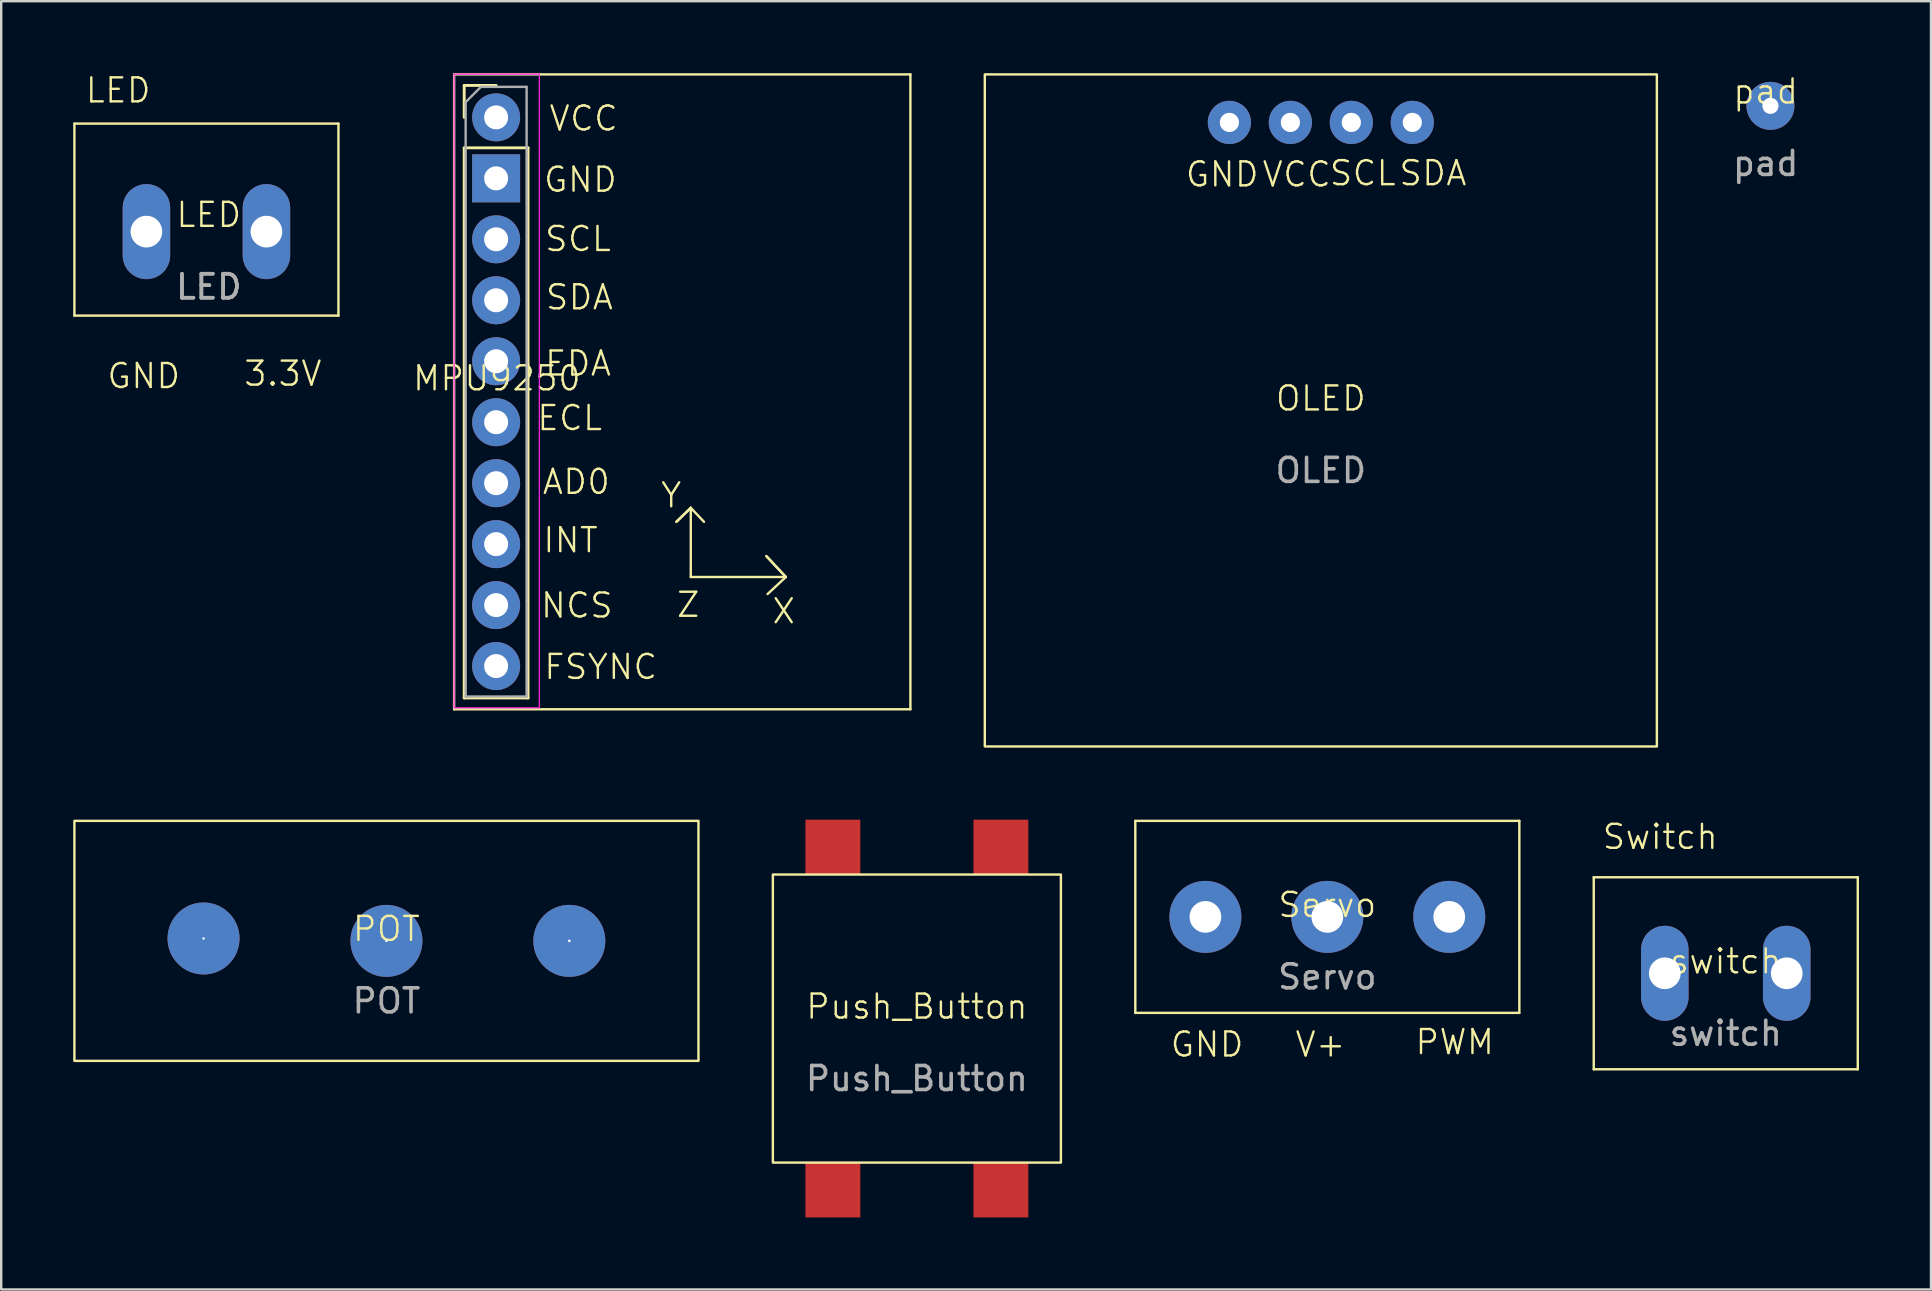
<source format=kicad_pcb>
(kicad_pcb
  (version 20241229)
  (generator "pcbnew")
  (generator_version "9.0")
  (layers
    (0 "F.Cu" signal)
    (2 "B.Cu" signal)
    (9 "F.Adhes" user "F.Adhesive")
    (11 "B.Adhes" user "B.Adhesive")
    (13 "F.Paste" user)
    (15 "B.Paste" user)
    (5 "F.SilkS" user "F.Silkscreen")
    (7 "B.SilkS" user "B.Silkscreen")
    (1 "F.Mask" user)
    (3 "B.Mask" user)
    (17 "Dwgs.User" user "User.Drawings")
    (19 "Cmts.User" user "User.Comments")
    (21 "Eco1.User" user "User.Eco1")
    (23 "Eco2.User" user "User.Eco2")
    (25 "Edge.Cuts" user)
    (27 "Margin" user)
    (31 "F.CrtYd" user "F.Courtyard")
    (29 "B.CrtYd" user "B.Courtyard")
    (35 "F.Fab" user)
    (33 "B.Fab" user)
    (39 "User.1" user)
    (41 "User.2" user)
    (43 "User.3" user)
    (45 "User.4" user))
  (footprint "switch"
    (layer "F.Cu")
    (at 68.85 37.5)
    (property "Reference" "switch" (at 0 -0.5 0) (unlocked yes) (layer "F.SilkS") (effects (font (size 1 1) (thickness 0.1))))
    (attr through_hole)
    (fp_line (start -5.5 -4) (end -5.5 4) (stroke (width 0.1) (type default)) (layer "F.SilkS"))
    (fp_line (start -5.5 -4) (end 5.5 -4) (stroke (width 0.1) (type default)) (layer "F.SilkS"))
    (fp_line (start -5.5 4) (end 5.5 4) (stroke (width 0.1) (type default)) (layer "F.SilkS"))
    (fp_line (start 5.5 -4) (end 5.5 4) (stroke (width 0.1) (type default)) (layer "F.SilkS"))
    (fp_text user "Switch" (at -5.2 -5.1 0) (unlocked yes) (layer "F.SilkS") (effects (font (size 1 1) (thickness 0.1)) (justify left bottom)))
    (fp_text user "${REFERENCE}" (at 0 2.5 0) (unlocked yes) (layer "F.Fab") (effects (font (size 1 1) (thickness 0.15))))
    (pad "1" thru_hole oval (at 2.54 0) (size 1.98 3.96) (drill 1.32) (layers "*.Cu" "*.Mask"))
    (pad "2" thru_hole oval (at -2.54 0) (size 1.98 3.96) (drill 1.32) (layers "*.Cu" "*.Mask")))
  (footprint "OLED"
    (layer "F.Cu")
    (at 51.98 14.05)
    (property "Reference" "OLED" (at 0 -0.5 0) (unlocked yes) (layer "F.SilkS") (effects (font (size 1 1) (thickness 0.1))))
    (attr through_hole)
    (fp_rect (start -14 -14) (end 14 14) (stroke (width 0.1) (type default)) (fill no) (layer "F.SilkS"))
    (fp_text user "SDA" (at 3.2 -9.3 0) (unlocked yes) (layer "F.SilkS") (effects (font (size 1 1) (thickness 0.1)) (justify left bottom)))
    (fp_text user "GND" (at -5.7 -9.25 0) (unlocked yes) (layer "F.SilkS") (effects (font (size 1 1) (thickness 0.1)) (justify left bottom)))
    (fp_text user "VCC" (at -2.5 -9.25 0) (unlocked yes) (layer "F.SilkS") (effects (font (size 1 1) (thickness 0.1)) (justify left bottom)))
    (fp_text user "SCL" (at 0.3 -9.3 0) (unlocked yes) (layer "F.SilkS") (effects (font (size 1 1) (thickness 0.1)) (justify left bottom)))
    (fp_text user "${REFERENCE}" (at 0 2.5 0) (unlocked yes) (layer "F.Fab") (effects (font (size 1 1) (thickness 0.15))))
    (pad "1" thru_hole circle (at -3.81 -12) (size 1.8 1.8) (drill 0.8) (layers "*.Cu" "*.Mask"))
    (pad "2" thru_hole circle (at -1.27 -12) (size 1.8 1.8) (drill 0.8) (layers "*.Cu" "*.Mask"))
    (pad "3" thru_hole circle (at 1.27 -12) (size 1.8 1.8) (drill 0.8) (layers "*.Cu" "*.Mask"))
    (pad "4" thru_hole circle (at 3.81 -12) (size 1.8 1.8) (drill 0.8) (layers "*.Cu" "*.Mask")))
  (footprint "LED"
    (layer "F.Cu")
    (at 5.65 6.4)
    (property "Reference" "LED" (at 0 -0.5 0) (unlocked yes) (layer "F.SilkS") (effects (font (size 1 1) (thickness 0.1))))
    (attr through_hole)
    (fp_line (start -5.6 -4.3) (end -5.6 3.7) (stroke (width 0.1) (type default)) (layer "F.SilkS"))
    (fp_line (start -5.6 -4.3) (end 5.4 -4.3) (stroke (width 0.1) (type default)) (layer "F.SilkS"))
    (fp_line (start -5.6 3.7) (end 5.4 3.7) (stroke (width 0.1) (type default)) (layer "F.SilkS"))
    (fp_line (start 5.4 -4.3) (end 5.4 3.7) (stroke (width 0.1) (type default)) (layer "F.SilkS"))
    (fp_text user "LED" (at -5.2 -5.1 0) (unlocked yes) (layer "F.SilkS") (effects (font (size 1 1) (thickness 0.1)) (justify left bottom)))
    (fp_text user "GND" (at -4.3 6.8 0) (unlocked yes) (layer "F.SilkS") (effects (font (size 1 1) (thickness 0.1)) (justify left bottom)))
    (fp_text user "3.3V" (at 1.4 6.7 0) (unlocked yes) (layer "F.SilkS") (effects (font (size 1 1) (thickness 0.1)) (justify left bottom)))
    (fp_text user "${REFERENCE}" (at 0 2.5 0) (unlocked yes) (layer "F.Fab") (effects (font (size 1 1) (thickness 0.15))))
    (fp_text user "${REFERENCE}" (at 0 2.5 0) (unlocked yes) (layer "F.Fab") (effects (font (size 1 1) (thickness 0.15))))
    (pad "1" thru_hole oval (at 2.4 0.2) (size 1.98 3.96) (drill 1.32) (layers "*.Cu" "*.Mask"))
    (pad "2" thru_hole oval (at -2.6 0.2) (size 1.98 3.96) (drill 1.32) (layers "*.Cu" "*.Mask")))
  (footprint "MPU9250"
    (layer "F.Cu")
    (at 25.375 13.275)
    (property "Reference" "MPU9250" (at -7.725 -0.565 0) (unlocked yes) (layer "F.SilkS") (effects (font (size 1 1) (thickness 0.1))))
    (attr through_hole)
    (fp_line (start -9.505 -13.225) (end -9.505 13.225) (stroke (width 0.1) (type default)) (layer "F.SilkS"))
    (fp_line (start -9.085 -12.765) (end -9.085 -11.435) (stroke (width 0.12) (type solid)) (layer "F.SilkS"))
    (fp_line (start -9.085 -10.165) (end -9.085 12.755) (stroke (width 0.12) (type solid)) (layer "F.SilkS"))
    (fp_line (start -7.755 -12.765) (end -9.085 -12.765) (stroke (width 0.12) (type solid)) (layer "F.SilkS"))
    (fp_line (start -6.425 -10.165) (end -9.085 -10.165) (stroke (width 0.12) (type solid)) (layer "F.SilkS"))
    (fp_line (start -6.425 -10.165) (end -6.425 12.755) (stroke (width 0.12) (type solid)) (layer "F.SilkS"))
    (fp_line (start -6.425 12.755) (end -9.085 12.755) (stroke (width 0.12) (type solid)) (layer "F.SilkS"))
    (fp_line (start -0.245 5.415) (end 0.355 4.834) (stroke (width 0.1) (type default)) (layer "F.SilkS"))
    (fp_line (start 0.355 4.834) (end -0.245 5.415) (stroke (width 0.1) (type default)) (layer "F.SilkS"))
    (fp_line (start 0.355 4.834) (end 0.905 5.415) (stroke (width 0.1) (type default)) (layer "F.SilkS"))
    (fp_line (start 0.355 7.715) (end 0.355 4.834) (stroke (width 0.1) (type default)) (layer "F.SilkS"))
    (fp_line (start 0.355 7.715) (end 4.315 7.715) (stroke (width 0.1) (type default)) (layer "F.SilkS"))
    (fp_line (start 3.505 6.845) (end 4.315 7.715) (stroke (width 0.1) (type default)) (layer "F.SilkS"))
    (fp_line (start 4.315 7.715) (end 3.505 6.845) (stroke (width 0.1) (type default)) (layer "F.SilkS"))
    (fp_line (start 4.315 7.715) (end 3.555 8.425) (stroke (width 0.1) (type default)) (layer "F.SilkS"))
    (fp_line (start 9.505 -13.225) (end -9.505 -13.225) (stroke (width 0.1) (type default)) (layer "F.SilkS"))
    (fp_line (start 9.505 13.225) (end -9.505 13.225) (stroke (width 0.1) (type default)) (layer "F.SilkS"))
    (fp_line (start 9.505 13.225) (end 9.505 -13.225) (stroke (width 0.1) (type default)) (layer "F.SilkS"))
    (fp_line (start -9.505 -13.235) (end -9.505 13.165) (stroke (width 0.05) (type solid)) (layer "F.CrtYd"))
    (fp_line (start -9.505 13.165) (end -5.955 13.165) (stroke (width 0.05) (type solid)) (layer "F.CrtYd"))
    (fp_line (start -5.955 -13.235) (end -9.505 -13.235) (stroke (width 0.05) (type solid)) (layer "F.CrtYd"))
    (fp_line (start -5.955 13.165) (end -5.955 -13.235) (stroke (width 0.05) (type solid)) (layer "F.CrtYd"))
    (fp_line (start -9.025 -12.07) (end -9.025 12.695) (stroke (width 0.1) (type solid)) (layer "F.Fab"))
    (fp_line (start -9.025 12.695) (end -6.485 12.695) (stroke (width 0.1) (type solid)) (layer "F.Fab"))
    (fp_line (start -8.39 -12.705) (end -9.025 -12.07) (stroke (width 0.1) (type solid)) (layer "F.Fab"))
    (fp_line (start -6.485 -12.705) (end -8.39 -12.705) (stroke (width 0.1) (type solid)) (layer "F.Fab"))
    (fp_line (start -6.485 12.695) (end -6.485 -12.705) (stroke (width 0.1) (type solid)) (layer "F.Fab"))
    (fp_text user "Y" (at -0.955 4.895 0) (unlocked yes) (layer "F.SilkS") (effects (font (size 1 1) (thickness 0.1)) (justify left bottom)))
    (fp_text user "X" (at 3.685 9.725 0) (unlocked yes) (layer "F.SilkS") (effects (font (size 1 1) (thickness 0.1)) (justify left bottom)))
    (fp_text user "VCC" (at -2.615 -10.805 0) (unlocked yes) (layer "F.SilkS") (effects (font (size 1 1) (thickness 0.1)) (justify right bottom)))
    (fp_text user "INT" (at -3.445 6.765 0) (unlocked yes) (layer "F.SilkS") (effects (font (size 1 1) (thickness 0.1)) (justify right bottom)))
    (fp_text user "FSYNC" (at -0.975 12.045 0) (unlocked yes) (layer "F.SilkS") (effects (font (size 1 1) (thickness 0.1)) (justify right bottom)))
    (fp_text user "Z" (at -0.295 9.455 0) (unlocked yes) (layer "F.SilkS") (effects (font (size 1 1) (thickness 0.1)) (justify left bottom)))
    (fp_text user "NCS" (at -2.825 9.485 0) (unlocked yes) (layer "F.SilkS") (effects (font (size 1 1) (thickness 0.1)) (justify right bottom)))
    (fp_text user "ECL" (at -3.265 1.675 0) (unlocked yes) (layer "F.SilkS") (effects (font (size 1 1) (thickness 0.1)) (justify right bottom)))
    (fp_text user "SCL" (at -2.895 -5.785 0) (unlocked yes) (layer "F.SilkS") (effects (font (size 1 1) (thickness 0.1)) (justify right bottom)))
    (fp_text user "GND" (at -2.655 -8.255 0) (unlocked yes) (layer "F.SilkS") (effects (font (size 1 1) (thickness 0.1)) (justify right bottom)))
    (fp_text user "AD0" (at -2.945 4.335 0) (unlocked yes) (layer "F.SilkS") (effects (font (size 1 1) (thickness 0.1)) (justify right bottom)))
    (fp_text user "SDA" (at -2.815 -3.355 0) (unlocked yes) (layer "F.SilkS") (effects (font (size 1 1) (thickness 0.1)) (justify right bottom)))
    (fp_text user "EDA" (at -2.895 -0.595 0) (unlocked yes) (layer "F.SilkS") (effects (font (size 1 1) (thickness 0.1)) (justify right bottom)))
    (pad "1" thru_hole circle (at -7.755 -11.435) (size 2 2) (drill 1) (layers "*.Cu" "*.Mask"))
    (pad "2" thru_hole rect (at -7.755 -8.895) (size 2 2) (drill 1) (layers "*.Cu" "*.Mask"))
    (pad "3" thru_hole oval (at -7.755 -6.355) (size 2 2) (drill 1) (layers "*.Cu" "*.Mask"))
    (pad "4" thru_hole circle (at -7.755 -3.815) (size 2 2) (drill 1) (layers "*.Cu" "*.Mask"))
    (pad "5" thru_hole circle (at -7.755 -1.275) (size 2 2) (drill 1) (layers "*.Cu" "*.Mask"))
    (pad "6" thru_hole circle (at -7.755 1.265) (size 2 2) (drill 1) (layers "*.Cu" "*.Mask"))
    (pad "7" thru_hole circle (at -7.755 3.805) (size 2 2) (drill 1) (layers "*.Cu" "*.Mask"))
    (pad "8" thru_hole circle (at -7.755 6.345) (size 2 2) (drill 1) (layers "*.Cu" "*.Mask"))
    (pad "9" thru_hole circle (at -7.755 8.885) (size 2 2) (drill 1) (layers "*.Cu" "*.Mask"))
    (pad "10" thru_hole circle (at -7.755 11.425) (size 2 2) (drill 1) (layers "*.Cu" "*.Mask")))
  (footprint "Push_Button"
    (layer "F.Cu")
    (at 35.15 39.386)
    (property "Reference" "Push_Button" (at 0 -0.5 0) (unlocked yes) (layer "F.SilkS") (effects (font (size 1 1) (thickness 0.1))))
    (attr smd)
    (fp_rect (start -6 -6) (end 6 6) (stroke (width 0.1) (type default)) (fill no) (layer "F.SilkS"))
    (fp_text user "${REFERENCE}" (at 0 2.5 0) (unlocked yes) (layer "F.Fab") (effects (font (size 1 1) (thickness 0.15))))
    (pad "1" smd rect (at -3.5 -7.143) (size 2.286 2.286) (layers "F.Cu" "F.Mask" "F.Paste"))
    (pad "2" smd rect (at 3.5 -7.143) (size 2.286 2.286) (layers "F.Cu" "F.Mask" "F.Paste"))
    (pad "3" smd rect (at -3.5 7.143) (size 2.286 2.286) (layers "F.Cu" "F.Mask" "F.Paste"))
    (pad "4" smd rect (at 3.5 7.143) (size 2.286 2.286) (layers "F.Cu" "F.Mask" "F.Paste")))
  (footprint "POT"
    (layer "F.Cu")
    (at 13.05 36.15)
    (property "Reference" "POT" (at 0 -0.5 0) (unlocked yes) (layer "F.SilkS") (effects (font (size 1 1) (thickness 0.1))))
    (attr through_hole)
    (fp_rect (start -13 -5) (end 13 5) (stroke (width 0.1) (type default)) (fill no) (layer "F.SilkS"))
    (fp_text user "${REFERENCE}" (at 0 2.5 0) (unlocked yes) (layer "F.Fab") (effects (font (size 1 1) (thickness 0.15))))
    (pad "1" thru_hole circle (at -7.62 -0.1) (size 3 3) (drill 0.1) (layers "*.Cu" "*.Mask"))
    (pad "2" thru_hole circle (at 0 0) (size 3 3) (drill 0.1) (layers "*.Cu" "*.Mask"))
    (pad "3" thru_hole circle (at 7.62 0) (size 3 3) (drill 0.11) (layers "*.Cu" "*.Mask")))
  (footprint "Servo"
    (layer "F.Cu")
    (at 52.25 35.15)
    (property "Reference" "Servo" (at 0 -0.5 0) (unlocked yes) (layer "F.SilkS") (effects (font (size 1 1) (thickness 0.1))))
    (attr through_hole)
    (fp_line (start -8 -4) (end -8 4) (stroke (width 0.1) (type default)) (layer "F.SilkS"))
    (fp_line (start -8 -4) (end 8 -4) (stroke (width 0.1) (type default)) (layer "F.SilkS"))
    (fp_line (start 8 4) (end -8 4) (stroke (width 0.1) (type default)) (layer "F.SilkS"))
    (fp_line (start 8 4) (end 8 -4) (stroke (width 0.1) (type default)) (layer "F.SilkS"))
    (fp_text user "V+" (at -1.4 5.9 0) (unlocked yes) (layer "F.SilkS") (effects (font (size 1 1) (thickness 0.1)) (justify left bottom)))
    (fp_text user "GND" (at -6.6 5.9 0) (unlocked yes) (layer "F.SilkS") (effects (font (size 1 1) (thickness 0.1)) (justify left bottom)))
    (fp_text user "PWM" (at 3.6 5.8 0) (unlocked yes) (layer "F.SilkS") (effects (font (size 1 1) (thickness 0.1)) (justify left bottom)))
    (fp_text user "${REFERENCE}" (at 0 2.5 0) (unlocked yes) (layer "F.Fab") (effects (font (size 1 1) (thickness 0.15))))
    (pad "1" thru_hole circle (at 5.08 0) (size 3 3) (drill 1.32) (layers "*.Cu" "*.Mask"))
    (pad "2" thru_hole circle (at 0 0) (size 3 3) (drill 1.32) (layers "*.Cu" "*.Mask"))
    (pad "3" thru_hole circle (at -5.08 0) (size 3 3) (drill 1.32) (layers "*.Cu" "*.Mask")))
  (footprint "pad"
    (layer "F.Cu")
    (at 70.512 1.26)
    (property "Reference" "pad" (at 0 -0.5 0) (unlocked yes) (layer "F.SilkS") (effects (font (size 1 1) (thickness 0.1))))
    (attr smd)
    (fp_text user "${REFERENCE}" (at 0 2.5 0) (unlocked yes) (layer "F.Fab") (effects (font (size 1 1) (thickness 0.15))))
    (pad "1" thru_hole circle (at 0.2 0.1) (size 2 2) (drill 0.672) (layers "*.Cu" "*.Mask")))
  (gr_rect
    (start -3 -3)
    (end 77.4 50.672)
    (stroke (width 0.1) (type default))
    (fill no)
    (layer "Edge.Cuts")))
</source>
